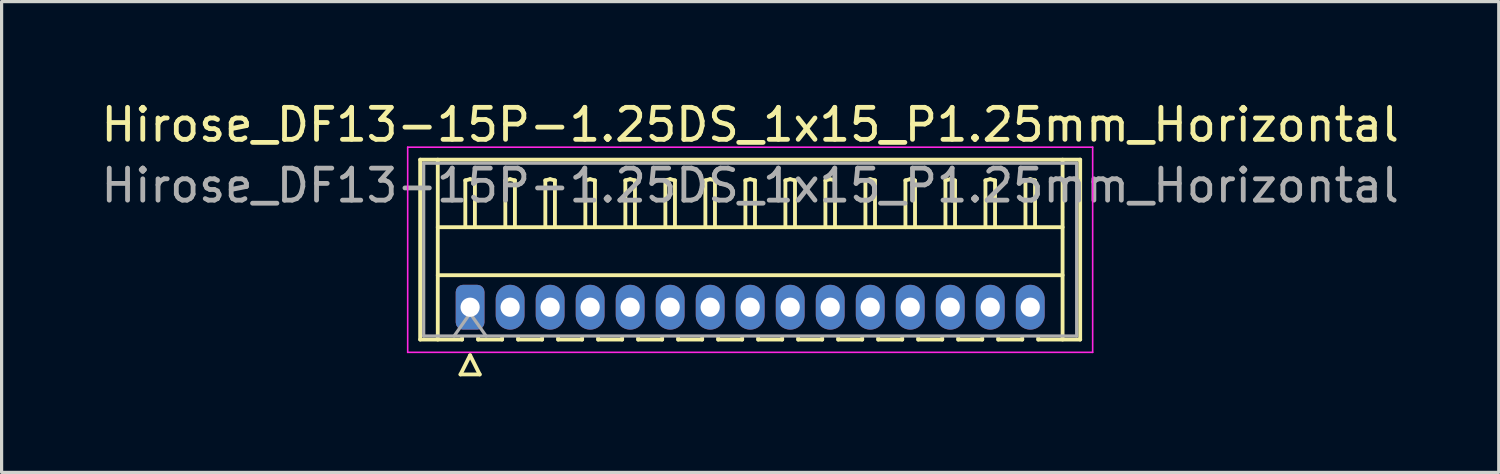
<source format=kicad_pcb>
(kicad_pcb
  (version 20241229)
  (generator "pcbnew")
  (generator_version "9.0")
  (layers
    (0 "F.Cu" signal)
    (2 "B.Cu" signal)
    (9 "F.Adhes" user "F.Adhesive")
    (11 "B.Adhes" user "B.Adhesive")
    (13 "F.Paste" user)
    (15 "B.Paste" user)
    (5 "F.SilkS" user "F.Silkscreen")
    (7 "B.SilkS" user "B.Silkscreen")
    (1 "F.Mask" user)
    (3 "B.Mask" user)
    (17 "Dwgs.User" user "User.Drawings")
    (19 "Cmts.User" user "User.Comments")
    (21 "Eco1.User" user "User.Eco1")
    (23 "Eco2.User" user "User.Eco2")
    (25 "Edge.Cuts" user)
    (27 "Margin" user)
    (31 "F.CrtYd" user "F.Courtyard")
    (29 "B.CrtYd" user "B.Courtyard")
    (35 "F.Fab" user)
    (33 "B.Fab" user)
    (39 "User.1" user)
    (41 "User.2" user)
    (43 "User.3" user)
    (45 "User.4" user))
  (footprint "Hirose_DF13-15P-1.25DS_1x15_P1.25mm_Horizontal"
    (layer "F.Cu")
    (at 11.637 6.548)
    (property "Reference" "Hirose_DF13-15P-1.25DS_1x15_P1.25mm_Horizontal" (at 8.75 -5.7 0) (layer "F.SilkS") (effects (font (size 1 1) (thickness 0.15))))
    (attr through_hole)
    (fp_line (start -1.56 -4.61) (end 19.06 -4.61) (stroke (width 0.12) (type solid)) (layer "F.SilkS"))
    (fp_line (start -1.56 1.01) (end -1.56 -4.61) (stroke (width 0.12) (type solid)) (layer "F.SilkS"))
    (fp_line (start -1.01 -4.61) (end -1.01 1.01) (stroke (width 0.12) (type solid)) (layer "F.SilkS"))
    (fp_line (start -1.01 -2.5) (end 18.51 -2.5) (stroke (width 0.12) (type solid)) (layer "F.SilkS"))
    (fp_line (start -1.01 -1) (end 18.51 -1) (stroke (width 0.12) (type solid)) (layer "F.SilkS"))
    (fp_line (start -0.3 2.1) (end 0.3 2.1) (stroke (width 0.12) (type solid)) (layer "F.SilkS"))
    (fp_line (start -0.25 0.96) (end -0.25 1.01) (stroke (width 0.12) (type solid)) (layer "F.SilkS"))
    (fp_line (start -0.25 1.01) (end -1.56 1.01) (stroke (width 0.12) (type solid)) (layer "F.SilkS"))
    (fp_line (start -0.15 -3.962) (end 0 -4) (stroke (width 0.12) (type solid)) (layer "F.SilkS"))
    (fp_line (start -0.15 -2.5) (end -0.15 -3.962) (stroke (width 0.12) (type solid)) (layer "F.SilkS"))
    (fp_line (start 0 -4) (end 0.15 -3.962) (stroke (width 0.12) (type solid)) (layer "F.SilkS"))
    (fp_line (start 0 1.5) (end -0.3 2.1) (stroke (width 0.12) (type solid)) (layer "F.SilkS"))
    (fp_line (start 0.15 -3.962) (end 0.15 -2.5) (stroke (width 0.12) (type solid)) (layer "F.SilkS"))
    (fp_line (start 0.25 0.96) (end 0.25 1.01) (stroke (width 0.12) (type solid)) (layer "F.SilkS"))
    (fp_line (start 0.25 1.01) (end 1 1.01) (stroke (width 0.12) (type solid)) (layer "F.SilkS"))
    (fp_line (start 0.3 2.1) (end 0 1.5) (stroke (width 0.12) (type solid)) (layer "F.SilkS"))
    (fp_line (start 1 1.01) (end 1 0.96) (stroke (width 0.12) (type solid)) (layer "F.SilkS"))
    (fp_line (start 1.1 -3.962) (end 1.25 -4) (stroke (width 0.12) (type solid)) (layer "F.SilkS"))
    (fp_line (start 1.1 -2.5) (end 1.1 -3.962) (stroke (width 0.12) (type solid)) (layer "F.SilkS"))
    (fp_line (start 1.25 -4) (end 1.4 -3.962) (stroke (width 0.12) (type solid)) (layer "F.SilkS"))
    (fp_line (start 1.4 -3.962) (end 1.4 -2.5) (stroke (width 0.12) (type solid)) (layer "F.SilkS"))
    (fp_line (start 1.5 0.96) (end 1.5 1.01) (stroke (width 0.12) (type solid)) (layer "F.SilkS"))
    (fp_line (start 1.5 1.01) (end 2.25 1.01) (stroke (width 0.12) (type solid)) (layer "F.SilkS"))
    (fp_line (start 2.25 1.01) (end 2.25 0.96) (stroke (width 0.12) (type solid)) (layer "F.SilkS"))
    (fp_line (start 2.35 -3.962) (end 2.5 -4) (stroke (width 0.12) (type solid)) (layer "F.SilkS"))
    (fp_line (start 2.35 -2.5) (end 2.35 -3.962) (stroke (width 0.12) (type solid)) (layer "F.SilkS"))
    (fp_line (start 2.5 -4) (end 2.65 -3.962) (stroke (width 0.12) (type solid)) (layer "F.SilkS"))
    (fp_line (start 2.65 -3.962) (end 2.65 -2.5) (stroke (width 0.12) (type solid)) (layer "F.SilkS"))
    (fp_line (start 2.75 0.96) (end 2.75 1.01) (stroke (width 0.12) (type solid)) (layer "F.SilkS"))
    (fp_line (start 2.75 1.01) (end 3.5 1.01) (stroke (width 0.12) (type solid)) (layer "F.SilkS"))
    (fp_line (start 3.5 1.01) (end 3.5 0.96) (stroke (width 0.12) (type solid)) (layer "F.SilkS"))
    (fp_line (start 3.6 -3.962) (end 3.75 -4) (stroke (width 0.12) (type solid)) (layer "F.SilkS"))
    (fp_line (start 3.6 -2.5) (end 3.6 -3.962) (stroke (width 0.12) (type solid)) (layer "F.SilkS"))
    (fp_line (start 3.75 -4) (end 3.9 -3.962) (stroke (width 0.12) (type solid)) (layer "F.SilkS"))
    (fp_line (start 3.9 -3.962) (end 3.9 -2.5) (stroke (width 0.12) (type solid)) (layer "F.SilkS"))
    (fp_line (start 4 0.96) (end 4 1.01) (stroke (width 0.12) (type solid)) (layer "F.SilkS"))
    (fp_line (start 4 1.01) (end 4.75 1.01) (stroke (width 0.12) (type solid)) (layer "F.SilkS"))
    (fp_line (start 4.75 1.01) (end 4.75 0.96) (stroke (width 0.12) (type solid)) (layer "F.SilkS"))
    (fp_line (start 4.85 -3.962) (end 5 -4) (stroke (width 0.12) (type solid)) (layer "F.SilkS"))
    (fp_line (start 4.85 -2.5) (end 4.85 -3.962) (stroke (width 0.12) (type solid)) (layer "F.SilkS"))
    (fp_line (start 5 -4) (end 5.15 -3.962) (stroke (width 0.12) (type solid)) (layer "F.SilkS"))
    (fp_line (start 5.15 -3.962) (end 5.15 -2.5) (stroke (width 0.12) (type solid)) (layer "F.SilkS"))
    (fp_line (start 5.25 0.96) (end 5.25 1.01) (stroke (width 0.12) (type solid)) (layer "F.SilkS"))
    (fp_line (start 5.25 1.01) (end 6 1.01) (stroke (width 0.12) (type solid)) (layer "F.SilkS"))
    (fp_line (start 6 1.01) (end 6 0.96) (stroke (width 0.12) (type solid)) (layer "F.SilkS"))
    (fp_line (start 6.1 -3.962) (end 6.25 -4) (stroke (width 0.12) (type solid)) (layer "F.SilkS"))
    (fp_line (start 6.1 -2.5) (end 6.1 -3.962) (stroke (width 0.12) (type solid)) (layer "F.SilkS"))
    (fp_line (start 6.25 -4) (end 6.4 -3.962) (stroke (width 0.12) (type solid)) (layer "F.SilkS"))
    (fp_line (start 6.4 -3.962) (end 6.4 -2.5) (stroke (width 0.12) (type solid)) (layer "F.SilkS"))
    (fp_line (start 6.5 0.96) (end 6.5 1.01) (stroke (width 0.12) (type solid)) (layer "F.SilkS"))
    (fp_line (start 6.5 1.01) (end 7.25 1.01) (stroke (width 0.12) (type solid)) (layer "F.SilkS"))
    (fp_line (start 7.25 1.01) (end 7.25 0.96) (stroke (width 0.12) (type solid)) (layer "F.SilkS"))
    (fp_line (start 7.35 -3.962) (end 7.5 -4) (stroke (width 0.12) (type solid)) (layer "F.SilkS"))
    (fp_line (start 7.35 -2.5) (end 7.35 -3.962) (stroke (width 0.12) (type solid)) (layer "F.SilkS"))
    (fp_line (start 7.5 -4) (end 7.65 -3.962) (stroke (width 0.12) (type solid)) (layer "F.SilkS"))
    (fp_line (start 7.65 -3.962) (end 7.65 -2.5) (stroke (width 0.12) (type solid)) (layer "F.SilkS"))
    (fp_line (start 7.75 0.96) (end 7.75 1.01) (stroke (width 0.12) (type solid)) (layer "F.SilkS"))
    (fp_line (start 7.75 1.01) (end 8.5 1.01) (stroke (width 0.12) (type solid)) (layer "F.SilkS"))
    (fp_line (start 8.5 1.01) (end 8.5 0.96) (stroke (width 0.12) (type solid)) (layer "F.SilkS"))
    (fp_line (start 8.6 -3.962) (end 8.75 -4) (stroke (width 0.12) (type solid)) (layer "F.SilkS"))
    (fp_line (start 8.6 -2.5) (end 8.6 -3.962) (stroke (width 0.12) (type solid)) (layer "F.SilkS"))
    (fp_line (start 8.75 -4) (end 8.9 -3.962) (stroke (width 0.12) (type solid)) (layer "F.SilkS"))
    (fp_line (start 8.9 -3.962) (end 8.9 -2.5) (stroke (width 0.12) (type solid)) (layer "F.SilkS"))
    (fp_line (start 9 0.96) (end 9 1.01) (stroke (width 0.12) (type solid)) (layer "F.SilkS"))
    (fp_line (start 9 1.01) (end 9.75 1.01) (stroke (width 0.12) (type solid)) (layer "F.SilkS"))
    (fp_line (start 9.75 1.01) (end 9.75 0.96) (stroke (width 0.12) (type solid)) (layer "F.SilkS"))
    (fp_line (start 9.85 -3.962) (end 10 -4) (stroke (width 0.12) (type solid)) (layer "F.SilkS"))
    (fp_line (start 9.85 -2.5) (end 9.85 -3.962) (stroke (width 0.12) (type solid)) (layer "F.SilkS"))
    (fp_line (start 10 -4) (end 10.15 -3.962) (stroke (width 0.12) (type solid)) (layer "F.SilkS"))
    (fp_line (start 10.15 -3.962) (end 10.15 -2.5) (stroke (width 0.12) (type solid)) (layer "F.SilkS"))
    (fp_line (start 10.25 0.96) (end 10.25 1.01) (stroke (width 0.12) (type solid)) (layer "F.SilkS"))
    (fp_line (start 10.25 1.01) (end 11 1.01) (stroke (width 0.12) (type solid)) (layer "F.SilkS"))
    (fp_line (start 11 1.01) (end 11 0.96) (stroke (width 0.12) (type solid)) (layer "F.SilkS"))
    (fp_line (start 11.1 -3.962) (end 11.25 -4) (stroke (width 0.12) (type solid)) (layer "F.SilkS"))
    (fp_line (start 11.1 -2.5) (end 11.1 -3.962) (stroke (width 0.12) (type solid)) (layer "F.SilkS"))
    (fp_line (start 11.25 -4) (end 11.4 -3.962) (stroke (width 0.12) (type solid)) (layer "F.SilkS"))
    (fp_line (start 11.4 -3.962) (end 11.4 -2.5) (stroke (width 0.12) (type solid)) (layer "F.SilkS"))
    (fp_line (start 11.5 0.96) (end 11.5 1.01) (stroke (width 0.12) (type solid)) (layer "F.SilkS"))
    (fp_line (start 11.5 1.01) (end 12.25 1.01) (stroke (width 0.12) (type solid)) (layer "F.SilkS"))
    (fp_line (start 12.25 1.01) (end 12.25 0.96) (stroke (width 0.12) (type solid)) (layer "F.SilkS"))
    (fp_line (start 12.35 -3.962) (end 12.5 -4) (stroke (width 0.12) (type solid)) (layer "F.SilkS"))
    (fp_line (start 12.35 -2.5) (end 12.35 -3.962) (stroke (width 0.12) (type solid)) (layer "F.SilkS"))
    (fp_line (start 12.5 -4) (end 12.65 -3.962) (stroke (width 0.12) (type solid)) (layer "F.SilkS"))
    (fp_line (start 12.65 -3.962) (end 12.65 -2.5) (stroke (width 0.12) (type solid)) (layer "F.SilkS"))
    (fp_line (start 12.75 0.96) (end 12.75 1.01) (stroke (width 0.12) (type solid)) (layer "F.SilkS"))
    (fp_line (start 12.75 1.01) (end 13.5 1.01) (stroke (width 0.12) (type solid)) (layer "F.SilkS"))
    (fp_line (start 13.5 1.01) (end 13.5 0.96) (stroke (width 0.12) (type solid)) (layer "F.SilkS"))
    (fp_line (start 13.6 -3.962) (end 13.75 -4) (stroke (width 0.12) (type solid)) (layer "F.SilkS"))
    (fp_line (start 13.6 -2.5) (end 13.6 -3.962) (stroke (width 0.12) (type solid)) (layer "F.SilkS"))
    (fp_line (start 13.75 -4) (end 13.9 -3.962) (stroke (width 0.12) (type solid)) (layer "F.SilkS"))
    (fp_line (start 13.9 -3.962) (end 13.9 -2.5) (stroke (width 0.12) (type solid)) (layer "F.SilkS"))
    (fp_line (start 14 0.96) (end 14 1.01) (stroke (width 0.12) (type solid)) (layer "F.SilkS"))
    (fp_line (start 14 1.01) (end 14.75 1.01) (stroke (width 0.12) (type solid)) (layer "F.SilkS"))
    (fp_line (start 14.75 1.01) (end 14.75 0.96) (stroke (width 0.12) (type solid)) (layer "F.SilkS"))
    (fp_line (start 14.85 -3.962) (end 15 -4) (stroke (width 0.12) (type solid)) (layer "F.SilkS"))
    (fp_line (start 14.85 -2.5) (end 14.85 -3.962) (stroke (width 0.12) (type solid)) (layer "F.SilkS"))
    (fp_line (start 15 -4) (end 15.15 -3.962) (stroke (width 0.12) (type solid)) (layer "F.SilkS"))
    (fp_line (start 15.15 -3.962) (end 15.15 -2.5) (stroke (width 0.12) (type solid)) (layer "F.SilkS"))
    (fp_line (start 15.25 0.96) (end 15.25 1.01) (stroke (width 0.12) (type solid)) (layer "F.SilkS"))
    (fp_line (start 15.25 1.01) (end 16 1.01) (stroke (width 0.12) (type solid)) (layer "F.SilkS"))
    (fp_line (start 16 1.01) (end 16 0.96) (stroke (width 0.12) (type solid)) (layer "F.SilkS"))
    (fp_line (start 16.1 -3.962) (end 16.25 -4) (stroke (width 0.12) (type solid)) (layer "F.SilkS"))
    (fp_line (start 16.1 -2.5) (end 16.1 -3.962) (stroke (width 0.12) (type solid)) (layer "F.SilkS"))
    (fp_line (start 16.25 -4) (end 16.4 -3.962) (stroke (width 0.12) (type solid)) (layer "F.SilkS"))
    (fp_line (start 16.4 -3.962) (end 16.4 -2.5) (stroke (width 0.12) (type solid)) (layer "F.SilkS"))
    (fp_line (start 16.5 0.96) (end 16.5 1.01) (stroke (width 0.12) (type solid)) (layer "F.SilkS"))
    (fp_line (start 16.5 1.01) (end 17.25 1.01) (stroke (width 0.12) (type solid)) (layer "F.SilkS"))
    (fp_line (start 17.25 1.01) (end 17.25 0.96) (stroke (width 0.12) (type solid)) (layer "F.SilkS"))
    (fp_line (start 17.35 -3.962) (end 17.5 -4) (stroke (width 0.12) (type solid)) (layer "F.SilkS"))
    (fp_line (start 17.35 -2.5) (end 17.35 -3.962) (stroke (width 0.12) (type solid)) (layer "F.SilkS"))
    (fp_line (start 17.5 -4) (end 17.65 -3.962) (stroke (width 0.12) (type solid)) (layer "F.SilkS"))
    (fp_line (start 17.65 -3.962) (end 17.65 -2.5) (stroke (width 0.12) (type solid)) (layer "F.SilkS"))
    (fp_line (start 17.75 1.01) (end 17.75 0.96) (stroke (width 0.12) (type solid)) (layer "F.SilkS"))
    (fp_line (start 18.51 -4.61) (end 18.51 1.01) (stroke (width 0.12) (type solid)) (layer "F.SilkS"))
    (fp_line (start 19.06 -4.61) (end 19.06 1.01) (stroke (width 0.12) (type solid)) (layer "F.SilkS"))
    (fp_line (start 19.06 1.01) (end 17.75 1.01) (stroke (width 0.12) (type solid)) (layer "F.SilkS"))
    (fp_line (start -1.95 -5) (end -1.95 1.41) (stroke (width 0.05) (type solid)) (layer "F.CrtYd"))
    (fp_line (start -1.95 1.41) (end 19.45 1.41) (stroke (width 0.05) (type solid)) (layer "F.CrtYd"))
    (fp_line (start 19.45 -5) (end -1.95 -5) (stroke (width 0.05) (type solid)) (layer "F.CrtYd"))
    (fp_line (start 19.45 1.41) (end 19.45 -5) (stroke (width 0.05) (type solid)) (layer "F.CrtYd"))
    (fp_line (start -1.45 -4.5) (end -1.45 0.9) (stroke (width 0.1) (type solid)) (layer "F.Fab"))
    (fp_line (start -1.45 0.9) (end 18.95 0.9) (stroke (width 0.1) (type solid)) (layer "F.Fab"))
    (fp_line (start -0.5 0.9) (end 0 0.193) (stroke (width 0.1) (type solid)) (layer "F.Fab"))
    (fp_line (start 0 0.193) (end 0.5 0.9) (stroke (width 0.1) (type solid)) (layer "F.Fab"))
    (fp_line (start 18.95 -4.5) (end -1.45 -4.5) (stroke (width 0.1) (type solid)) (layer "F.Fab"))
    (fp_line (start 18.95 0.9) (end 18.95 -4.5) (stroke (width 0.1) (type solid)) (layer "F.Fab"))
    (fp_text user "${REFERENCE}" (at 8.75 -3.8 0) (layer "F.Fab") (effects (font (size 1 1) (thickness 0.15))))
    (pad "1" thru_hole roundrect (at 0 0) (size 0.9 1.4) (drill 0.6) (layers "*.Cu" "*.Mask") (roundrect_rratio 0.25))
    (pad "2" thru_hole oval (at 1.25 0) (size 0.9 1.4) (drill 0.6) (layers "*.Cu" "*.Mask"))
    (pad "3" thru_hole oval (at 2.5 0) (size 0.9 1.4) (drill 0.6) (layers "*.Cu" "*.Mask"))
    (pad "4" thru_hole oval (at 3.75 0) (size 0.9 1.4) (drill 0.6) (layers "*.Cu" "*.Mask"))
    (pad "5" thru_hole oval (at 5 0) (size 0.9 1.4) (drill 0.6) (layers "*.Cu" "*.Mask"))
    (pad "6" thru_hole oval (at 6.25 0) (size 0.9 1.4) (drill 0.6) (layers "*.Cu" "*.Mask"))
    (pad "7" thru_hole oval (at 7.5 0) (size 0.9 1.4) (drill 0.6) (layers "*.Cu" "*.Mask"))
    (pad "8" thru_hole oval (at 8.75 0) (size 0.9 1.4) (drill 0.6) (layers "*.Cu" "*.Mask"))
    (pad "9" thru_hole oval (at 10 0) (size 0.9 1.4) (drill 0.6) (layers "*.Cu" "*.Mask"))
    (pad "10" thru_hole oval (at 11.25 0) (size 0.9 1.4) (drill 0.6) (layers "*.Cu" "*.Mask"))
    (pad "11" thru_hole oval (at 12.5 0) (size 0.9 1.4) (drill 0.6) (layers "*.Cu" "*.Mask"))
    (pad "12" thru_hole oval (at 13.75 0) (size 0.9 1.4) (drill 0.6) (layers "*.Cu" "*.Mask"))
    (pad "13" thru_hole oval (at 15 0) (size 0.9 1.4) (drill 0.6) (layers "*.Cu" "*.Mask"))
    (pad "14" thru_hole oval (at 16.25 0) (size 0.9 1.4) (drill 0.6) (layers "*.Cu" "*.Mask"))
    (pad "15" thru_hole oval (at 17.5 0) (size 0.9 1.4) (drill 0.6) (layers "*.Cu" "*.Mask")))
  (gr_rect
    (start -3 -3)
    (end 43.774 11.708)
    (stroke (width 0.1) (type default))
    (fill no)
    (layer "Edge.Cuts")))
</source>
